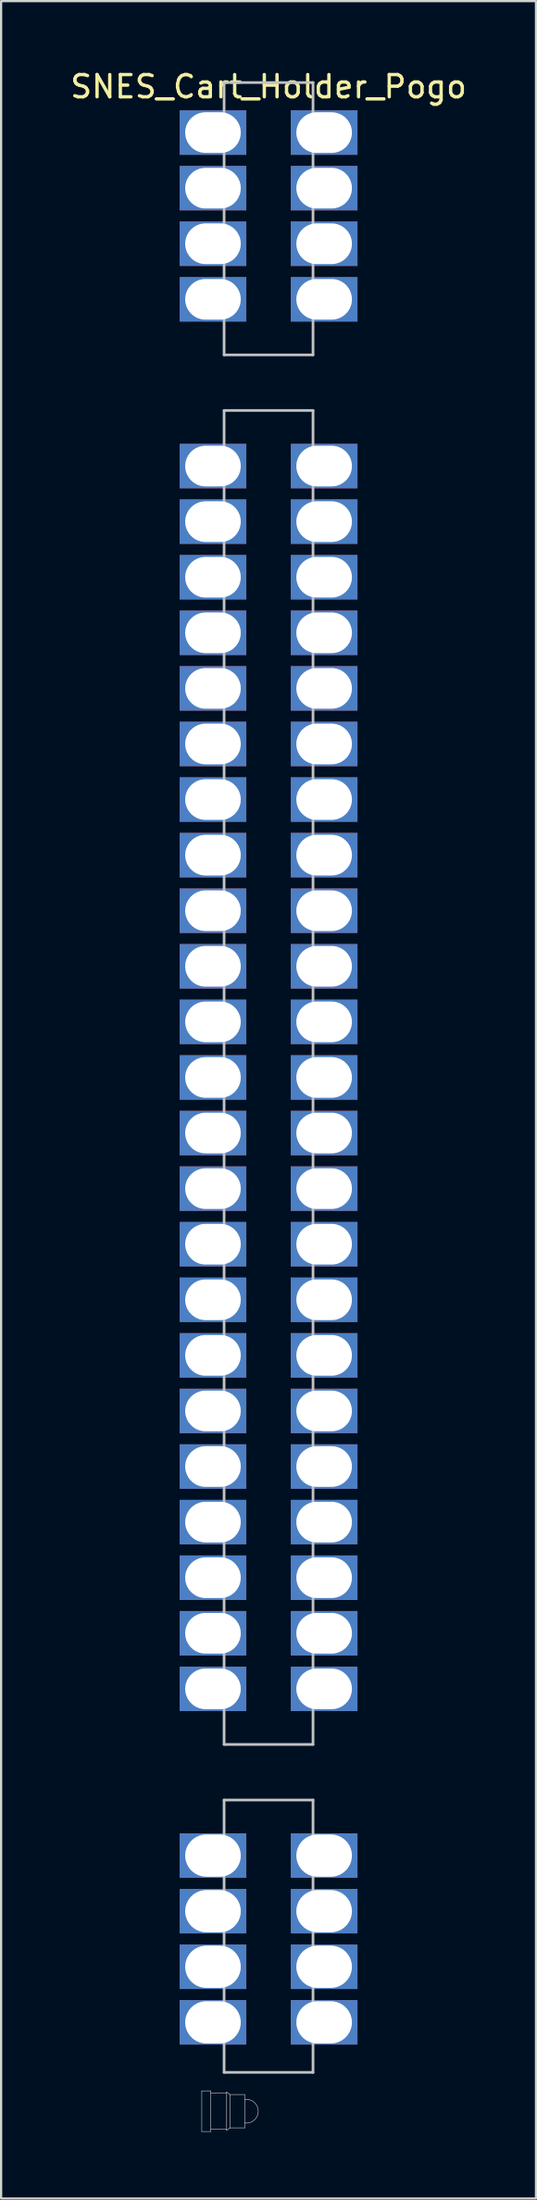
<source format=kicad_pcb>
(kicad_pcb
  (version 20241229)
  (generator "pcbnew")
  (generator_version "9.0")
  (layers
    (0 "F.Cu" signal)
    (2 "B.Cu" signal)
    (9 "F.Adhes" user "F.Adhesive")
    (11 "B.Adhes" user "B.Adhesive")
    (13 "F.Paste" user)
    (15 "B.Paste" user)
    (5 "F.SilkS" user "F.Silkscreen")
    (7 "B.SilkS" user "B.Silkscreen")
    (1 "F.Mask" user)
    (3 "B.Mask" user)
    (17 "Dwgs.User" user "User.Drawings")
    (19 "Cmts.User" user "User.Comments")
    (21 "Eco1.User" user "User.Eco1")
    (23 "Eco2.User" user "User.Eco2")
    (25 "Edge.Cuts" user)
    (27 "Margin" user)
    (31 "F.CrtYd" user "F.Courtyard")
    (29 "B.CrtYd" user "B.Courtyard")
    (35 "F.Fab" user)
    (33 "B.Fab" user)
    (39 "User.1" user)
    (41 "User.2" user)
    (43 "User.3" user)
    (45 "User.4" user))
  (footprint "SNES_Cart_Holder_Pogo"
    (layer "F.Cu")
    (at 9.03 45.413)
    (property "Reference" "SNES_Cart_Holder_Pogo" (at 0 -44.565 0) (layer "F.SilkS") (effects (font (size 1 1) (thickness 0.15))))
    (attr through_hole)
    (fp_line (start -3.004 45.583) (end -2.597 45.583) (stroke (width 0.025) (type solid)) (layer "Dwgs.User"))
    (fp_line (start -3.004 47.412) (end -3.004 45.583) (stroke (width 0.025) (type solid)) (layer "Dwgs.User"))
    (fp_line (start -3.004 47.412) (end -2.597 47.412) (stroke (width 0.025) (type solid)) (layer "Dwgs.User"))
    (fp_line (start -2.597 45.583) (end -2.597 45.685) (stroke (width 0.025) (type solid)) (layer "Dwgs.User"))
    (fp_line (start -2.597 45.685) (end -2.597 47.31) (stroke (width 0.025) (type solid)) (layer "Dwgs.User"))
    (fp_line (start -2.597 45.685) (end -1.886 45.685) (stroke (width 0.025) (type solid)) (layer "Dwgs.User"))
    (fp_line (start -2.597 47.31) (end -1.886 47.31) (stroke (width 0.025) (type solid)) (layer "Dwgs.User"))
    (fp_line (start -2.597 47.412) (end -2.597 47.31) (stroke (width 0.025) (type solid)) (layer "Dwgs.User"))
    (fp_line (start -2 -44.75) (end -2 -32.5) (stroke (width 0.12) (type solid)) (layer "Dwgs.User"))
    (fp_line (start -2 -32.5) (end 2 -32.5) (stroke (width 0.12) (type solid)) (layer "Dwgs.User"))
    (fp_line (start -2 -30) (end -2 30) (stroke (width 0.12) (type solid)) (layer "Dwgs.User"))
    (fp_line (start -2 30) (end 2 30) (stroke (width 0.12) (type solid)) (layer "Dwgs.User"))
    (fp_line (start -2 32.5) (end -2 44.75) (stroke (width 0.12) (type solid)) (layer "Dwgs.User"))
    (fp_line (start -2 32.5) (end 2 32.5) (stroke (width 0.12) (type solid)) (layer "Dwgs.User"))
    (fp_line (start -2 44.75) (end 2 44.75) (stroke (width 0.12) (type solid)) (layer "Dwgs.User"))
    (fp_line (start -1.886 45.634) (end -1.886 45.685) (stroke (width 0.025) (type solid)) (layer "Dwgs.User"))
    (fp_line (start -1.886 45.634) (end -1.734 45.748) (stroke (width 0.025) (type solid)) (layer "Dwgs.User"))
    (fp_line (start -1.886 47.31) (end -1.886 45.685) (stroke (width 0.025) (type solid)) (layer "Dwgs.User"))
    (fp_line (start -1.886 47.31) (end -1.886 47.361) (stroke (width 0.025) (type solid)) (layer "Dwgs.User"))
    (fp_line (start -1.886 47.361) (end -1.734 47.247) (stroke (width 0.025) (type solid)) (layer "Dwgs.User"))
    (fp_line (start -1.734 45.748) (end -1.734 47.247) (stroke (width 0.025) (type solid)) (layer "Dwgs.User"))
    (fp_line (start -1.734 47.247) (end -1.073 47.247) (stroke (width 0.025) (type solid)) (layer "Dwgs.User"))
    (fp_line (start -1.073 45.748) (end -1.734 45.748) (stroke (width 0.025) (type solid)) (layer "Dwgs.User"))
    (fp_line (start -1.073 45.964) (end -1.073 45.748) (stroke (width 0.025) (type solid)) (layer "Dwgs.User"))
    (fp_line (start -1.073 45.964) (end -1.073 47.031) (stroke (width 0.025) (type solid)) (layer "Dwgs.User"))
    (fp_line (start -1.073 45.964) (end -0.997 45.964) (stroke (width 0.025) (type solid)) (layer "Dwgs.User"))
    (fp_line (start -1.073 47.031) (end -1.073 47.247) (stroke (width 0.025) (type solid)) (layer "Dwgs.User"))
    (fp_line (start -1.073 47.031) (end -0.997 47.031) (stroke (width 0.025) (type solid)) (layer "Dwgs.User"))
    (fp_line (start 2 -44.75) (end -2 -44.75) (stroke (width 0.12) (type solid)) (layer "Dwgs.User"))
    (fp_line (start 2 -32.5) (end 2 -44.75) (stroke (width 0.12) (type solid)) (layer "Dwgs.User"))
    (fp_line (start 2 -30) (end -2 -30) (stroke (width 0.12) (type solid)) (layer "Dwgs.User"))
    (fp_line (start 2 30) (end 2 -30) (stroke (width 0.12) (type solid)) (layer "Dwgs.User"))
    (fp_line (start 2 44.75) (end 2 32.5) (stroke (width 0.12) (type solid)) (layer "Dwgs.User"))
    (fp_arc (start -0.9972 45.9643) (mid -0.4638 46.4977) (end -0.9972 47.0311) (stroke (width 0.0254) (type solid)) (layer "Dwgs.User"))
    (pad "1" thru_hole rect (at -2.5 -42.5) (size 3 2) (drill oval 2.5 1.829) (layers "*.Cu" "*.Mask"))
    (pad "2" thru_hole rect (at -2.5 -40) (size 3 2) (drill oval 2.5 1.829) (layers "*.Cu" "*.Mask"))
    (pad "3" thru_hole rect (at -2.5 -37.5) (size 3 2) (drill oval 2.5 1.829) (layers "*.Cu" "*.Mask"))
    (pad "4" thru_hole rect (at -2.5 -35) (size 3 2) (drill oval 2.5 1.829) (layers "*.Cu" "*.Mask"))
    (pad "5" thru_hole rect (at -2.5 -27.5) (size 3 2) (drill oval 2.5 1.829) (layers "*.Cu" "*.Mask"))
    (pad "6" thru_hole rect (at -2.5 -25) (size 3 2) (drill oval 2.5 1.829) (layers "*.Cu" "*.Mask"))
    (pad "7" thru_hole rect (at -2.5 -22.5) (size 3 2) (drill oval 2.5 1.829) (layers "*.Cu" "*.Mask"))
    (pad "8" thru_hole rect (at -2.5 -20) (size 3 2) (drill oval 2.5 1.829) (layers "*.Cu" "*.Mask"))
    (pad "9" thru_hole rect (at -2.5 -17.5) (size 3 2) (drill oval 2.5 1.829) (layers "*.Cu" "*.Mask"))
    (pad "10" thru_hole rect (at -2.5 -15) (size 3 2) (drill oval 2.5 1.829) (layers "*.Cu" "*.Mask"))
    (pad "11" thru_hole rect (at -2.5 -12.5) (size 3 2) (drill oval 2.5 1.829) (layers "*.Cu" "*.Mask"))
    (pad "12" thru_hole rect (at -2.5 -10) (size 3 2) (drill oval 2.5 1.829) (layers "*.Cu" "*.Mask"))
    (pad "13" thru_hole rect (at -2.5 -7.5) (size 3 2) (drill oval 2.5 1.829) (layers "*.Cu" "*.Mask"))
    (pad "14" thru_hole rect (at -2.5 -5) (size 3 2) (drill oval 2.5 1.829) (layers "*.Cu" "*.Mask"))
    (pad "15" thru_hole rect (at -2.5 -2.5) (size 3 2) (drill oval 2.5 1.829) (layers "*.Cu" "*.Mask"))
    (pad "16" thru_hole rect (at -2.5 0) (size 3 2) (drill oval 2.5 1.829) (layers "*.Cu" "*.Mask"))
    (pad "17" thru_hole rect (at -2.5 2.5) (size 3 2) (drill oval 2.5 1.829) (layers "*.Cu" "*.Mask"))
    (pad "18" thru_hole rect (at -2.5 5) (size 3 2) (drill oval 2.5 1.829) (layers "*.Cu" "*.Mask"))
    (pad "19" thru_hole rect (at -2.5 7.5) (size 3 2) (drill oval 2.5 1.829) (layers "*.Cu" "*.Mask"))
    (pad "20" thru_hole rect (at -2.5 10) (size 3 2) (drill oval 2.5 1.829) (layers "*.Cu" "*.Mask"))
    (pad "21" thru_hole rect (at -2.5 12.5) (size 3 2) (drill oval 2.5 1.829) (layers "*.Cu" "*.Mask"))
    (pad "22" thru_hole rect (at -2.5 15) (size 3 2) (drill oval 2.5 1.829) (layers "*.Cu" "*.Mask"))
    (pad "23" thru_hole rect (at -2.5 17.5) (size 3 2) (drill oval 2.5 1.829) (layers "*.Cu" "*.Mask"))
    (pad "24" thru_hole rect (at -2.5 20) (size 3 2) (drill oval 2.5 1.829) (layers "*.Cu" "*.Mask"))
    (pad "25" thru_hole rect (at -2.5 22.5) (size 3 2) (drill oval 2.5 1.829) (layers "*.Cu" "*.Mask"))
    (pad "26" thru_hole rect (at -2.5 25) (size 3 2) (drill oval 2.5 1.829) (layers "*.Cu" "*.Mask"))
    (pad "27" thru_hole rect (at -2.5 27.5) (size 3 2) (drill oval 2.5 1.829) (layers "*.Cu" "*.Mask"))
    (pad "28" thru_hole rect (at -2.5 35) (size 3 2) (drill oval 2.5 1.9) (layers "*.Cu" "*.Mask"))
    (pad "29" thru_hole rect (at -2.5 37.5) (size 3 2) (drill oval 2.5 1.9) (layers "*.Cu" "*.Mask"))
    (pad "30" thru_hole rect (at -2.5 40) (size 3 2) (drill oval 2.5 1.9) (layers "*.Cu" "*.Mask"))
    (pad "31" thru_hole rect (at -2.5 42.5) (size 3 2) (drill oval 2.5 1.9) (layers "*.Cu" "*.Mask"))
    (pad "32" thru_hole rect (at 2.5 -42.5) (size 3 2) (drill oval 2.5 1.829) (layers "*.Cu" "*.Mask"))
    (pad "33" thru_hole rect (at 2.5 -40) (size 3 2) (drill oval 2.5 1.829) (layers "*.Cu" "*.Mask"))
    (pad "34" thru_hole rect (at 2.5 -37.5) (size 3 2) (drill oval 2.5 1.829) (layers "*.Cu" "*.Mask"))
    (pad "35" thru_hole rect (at 2.5 -35) (size 3 2) (drill oval 2.5 1.829) (layers "*.Cu" "*.Mask"))
    (pad "36" thru_hole rect (at 2.5 -27.5) (size 3 2) (drill oval 2.5 1.829) (layers "*.Cu" "*.Mask"))
    (pad "37" thru_hole rect (at 2.5 -25) (size 3 2) (drill oval 2.5 1.829) (layers "*.Cu" "*.Mask"))
    (pad "38" thru_hole rect (at 2.5 -22.5) (size 3 2) (drill oval 2.5 1.829) (layers "*.Cu" "*.Mask"))
    (pad "39" thru_hole rect (at 2.5 -20) (size 3 2) (drill oval 2.5 1.829) (layers "*.Cu" "*.Mask"))
    (pad "40" thru_hole rect (at 2.5 -17.5) (size 3 2) (drill oval 2.5 1.829) (layers "*.Cu" "*.Mask"))
    (pad "41" thru_hole rect (at 2.5 -15) (size 3 2) (drill oval 2.5 1.829) (layers "*.Cu" "*.Mask"))
    (pad "42" thru_hole rect (at 2.5 -12.5) (size 3 2) (drill oval 2.5 1.829) (layers "*.Cu" "*.Mask"))
    (pad "43" thru_hole rect (at 2.5 -10) (size 3 2) (drill oval 2.5 1.829) (layers "*.Cu" "*.Mask"))
    (pad "44" thru_hole rect (at 2.5 -7.5) (size 3 2) (drill oval 2.5 1.829) (layers "*.Cu" "*.Mask"))
    (pad "45" thru_hole rect (at 2.5 -5) (size 3 2) (drill oval 2.5 1.829) (layers "*.Cu" "*.Mask"))
    (pad "46" thru_hole rect (at 2.5 -2.5) (size 3 2) (drill oval 2.5 1.829) (layers "*.Cu" "*.Mask"))
    (pad "47" thru_hole rect (at 2.5 0) (size 3 2) (drill oval 2.5 1.829) (layers "*.Cu" "*.Mask"))
    (pad "48" thru_hole rect (at 2.5 2.5) (size 3 2) (drill oval 2.5 1.829) (layers "*.Cu" "*.Mask"))
    (pad "49" thru_hole rect (at 2.5 5) (size 3 2) (drill oval 2.5 1.829) (layers "*.Cu" "*.Mask"))
    (pad "50" thru_hole rect (at 2.5 7.5) (size 3 2) (drill oval 2.5 1.829) (layers "*.Cu" "*.Mask"))
    (pad "51" thru_hole rect (at 2.5 10) (size 3 2) (drill oval 2.5 1.829) (layers "*.Cu" "*.Mask"))
    (pad "52" thru_hole rect (at 2.5 12.5) (size 3 2) (drill oval 2.5 1.829) (layers "*.Cu" "*.Mask"))
    (pad "53" thru_hole rect (at 2.5 15) (size 3 2) (drill oval 2.5 1.829) (layers "*.Cu" "*.Mask"))
    (pad "54" thru_hole rect (at 2.5 17.5) (size 3 2) (drill oval 2.5 1.829) (layers "*.Cu" "*.Mask"))
    (pad "55" thru_hole rect (at 2.5 20) (size 3 2) (drill oval 2.5 1.829) (layers "*.Cu" "*.Mask"))
    (pad "56" thru_hole rect (at 2.5 22.5) (size 3 2) (drill oval 2.5 1.829) (layers "*.Cu" "*.Mask"))
    (pad "57" thru_hole rect (at 2.5 25) (size 3 2) (drill oval 2.5 1.829) (layers "*.Cu" "*.Mask"))
    (pad "58" thru_hole rect (at 2.5 27.5) (size 3 2) (drill oval 2.5 1.829) (layers "*.Cu" "*.Mask"))
    (pad "59" thru_hole rect (at 2.5 35) (size 3 2) (drill oval 2.5 1.9) (layers "*.Cu" "*.Mask"))
    (pad "60" thru_hole rect (at 2.5 37.5) (size 3 2) (drill oval 2.5 1.9) (layers "*.Cu" "*.Mask"))
    (pad "61" thru_hole rect (at 2.5 40) (size 3 2) (drill oval 2.5 1.9) (layers "*.Cu" "*.Mask"))
    (pad "62" thru_hole rect (at 2.5 42.5) (size 3 2) (drill oval 2.5 1.9) (layers "*.Cu" "*.Mask")))
  (gr_rect
    (start -3 -3)
    (end 21.06 95.838)
    (stroke (width 0.1) (type default))
    (fill no)
    (layer "Edge.Cuts")))
</source>
